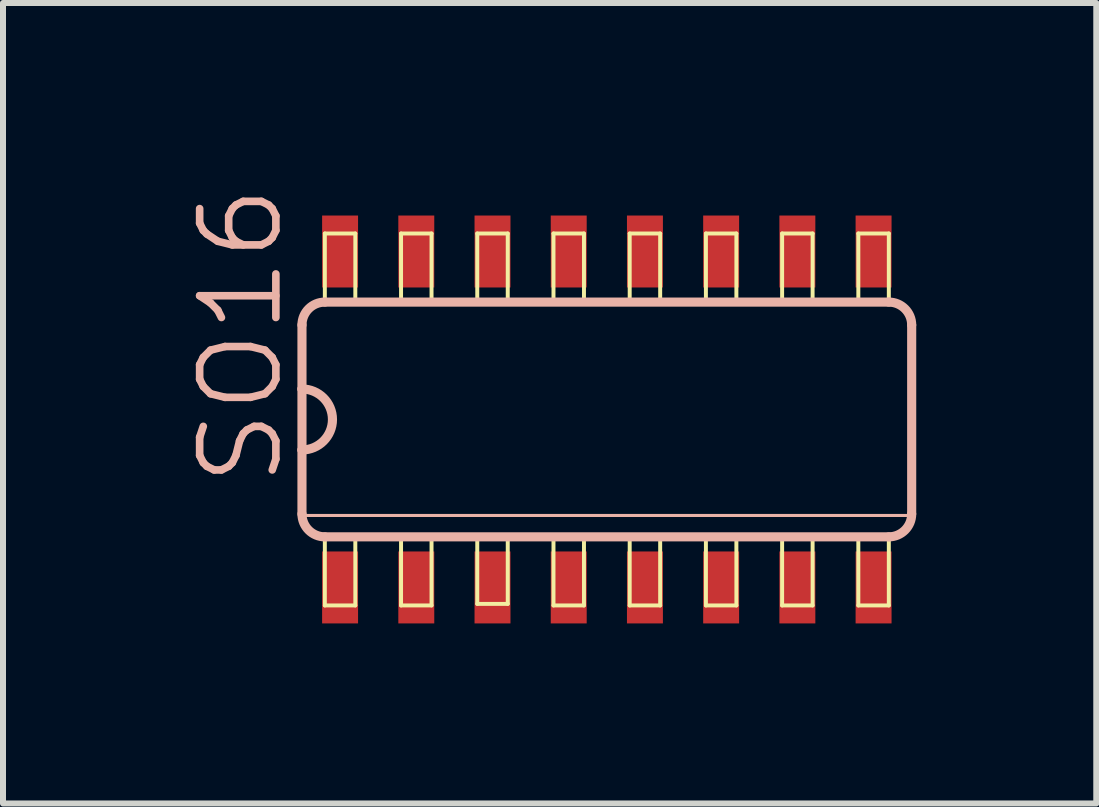
<source format=kicad_pcb>
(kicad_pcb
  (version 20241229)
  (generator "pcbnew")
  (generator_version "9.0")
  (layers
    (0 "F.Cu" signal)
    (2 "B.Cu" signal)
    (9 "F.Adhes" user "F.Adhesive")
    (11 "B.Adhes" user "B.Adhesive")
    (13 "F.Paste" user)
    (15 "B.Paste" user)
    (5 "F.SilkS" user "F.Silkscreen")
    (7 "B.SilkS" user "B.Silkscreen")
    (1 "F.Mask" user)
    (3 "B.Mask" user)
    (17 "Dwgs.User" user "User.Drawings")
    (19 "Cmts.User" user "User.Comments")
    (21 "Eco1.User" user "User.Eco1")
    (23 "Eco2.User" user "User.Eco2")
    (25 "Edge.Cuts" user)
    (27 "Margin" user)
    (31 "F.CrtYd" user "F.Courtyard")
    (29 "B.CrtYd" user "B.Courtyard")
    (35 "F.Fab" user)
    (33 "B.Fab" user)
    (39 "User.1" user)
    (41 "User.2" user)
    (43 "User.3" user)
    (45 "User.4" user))
  (footprint "SO16"
    (layer "F.Cu")
    (at 7.062 3.94)
    (property "Reference" "SO16" (at -6.096 -1.397 90) (layer "B.SilkS") (effects (font (size 1.27 1.27) (thickness 0.127))))
    (attr smd)
    (fp_line (start -4.699 -3.099) (end -4.191 -3.099) (stroke (width 0.066) (type solid)) (layer "F.SilkS"))
    (fp_line (start -4.699 -1.956) (end -4.699 -3.099) (stroke (width 0.066) (type solid)) (layer "F.SilkS"))
    (fp_line (start -4.699 -1.956) (end -4.191 -1.956) (stroke (width 0.066) (type solid)) (layer "F.SilkS"))
    (fp_line (start -4.699 1.956) (end -4.191 1.956) (stroke (width 0.066) (type solid)) (layer "F.SilkS"))
    (fp_line (start -4.699 3.099) (end -4.699 1.956) (stroke (width 0.066) (type solid)) (layer "F.SilkS"))
    (fp_line (start -4.699 3.099) (end -4.191 3.099) (stroke (width 0.066) (type solid)) (layer "F.SilkS"))
    (fp_line (start -4.191 -1.956) (end -4.191 -3.099) (stroke (width 0.066) (type solid)) (layer "F.SilkS"))
    (fp_line (start -4.191 3.099) (end -4.191 1.956) (stroke (width 0.066) (type solid)) (layer "F.SilkS"))
    (fp_line (start -3.429 -3.099) (end -2.921 -3.099) (stroke (width 0.066) (type solid)) (layer "F.SilkS"))
    (fp_line (start -3.429 -1.956) (end -3.429 -3.099) (stroke (width 0.066) (type solid)) (layer "F.SilkS"))
    (fp_line (start -3.429 -1.956) (end -2.921 -1.956) (stroke (width 0.066) (type solid)) (layer "F.SilkS"))
    (fp_line (start -3.429 1.956) (end -2.921 1.956) (stroke (width 0.066) (type solid)) (layer "F.SilkS"))
    (fp_line (start -3.429 3.099) (end -3.429 1.956) (stroke (width 0.066) (type solid)) (layer "F.SilkS"))
    (fp_line (start -3.429 3.099) (end -2.921 3.099) (stroke (width 0.066) (type solid)) (layer "F.SilkS"))
    (fp_line (start -2.921 -1.956) (end -2.921 -3.099) (stroke (width 0.066) (type solid)) (layer "F.SilkS"))
    (fp_line (start -2.921 3.099) (end -2.921 1.956) (stroke (width 0.066) (type solid)) (layer "F.SilkS"))
    (fp_line (start -2.159 -3.099) (end -1.651 -3.099) (stroke (width 0.066) (type solid)) (layer "F.SilkS"))
    (fp_line (start -2.159 -1.956) (end -2.159 -3.099) (stroke (width 0.066) (type solid)) (layer "F.SilkS"))
    (fp_line (start -2.159 -1.956) (end -1.651 -1.956) (stroke (width 0.066) (type solid)) (layer "F.SilkS"))
    (fp_line (start -2.159 1.93) (end -1.651 1.93) (stroke (width 0.066) (type solid)) (layer "F.SilkS"))
    (fp_line (start -2.159 3.073) (end -2.159 1.93) (stroke (width 0.066) (type solid)) (layer "F.SilkS"))
    (fp_line (start -2.159 3.073) (end -1.651 3.073) (stroke (width 0.066) (type solid)) (layer "F.SilkS"))
    (fp_line (start -1.651 -1.956) (end -1.651 -3.099) (stroke (width 0.066) (type solid)) (layer "F.SilkS"))
    (fp_line (start -1.651 3.073) (end -1.651 1.93) (stroke (width 0.066) (type solid)) (layer "F.SilkS"))
    (fp_line (start -0.889 -3.099) (end -0.381 -3.099) (stroke (width 0.066) (type solid)) (layer "F.SilkS"))
    (fp_line (start -0.889 -1.956) (end -0.889 -3.099) (stroke (width 0.066) (type solid)) (layer "F.SilkS"))
    (fp_line (start -0.889 -1.956) (end -0.381 -1.956) (stroke (width 0.066) (type solid)) (layer "F.SilkS"))
    (fp_line (start -0.889 1.956) (end -0.381 1.956) (stroke (width 0.066) (type solid)) (layer "F.SilkS"))
    (fp_line (start -0.889 3.099) (end -0.889 1.956) (stroke (width 0.066) (type solid)) (layer "F.SilkS"))
    (fp_line (start -0.889 3.099) (end -0.381 3.099) (stroke (width 0.066) (type solid)) (layer "F.SilkS"))
    (fp_line (start -0.381 -1.956) (end -0.381 -3.099) (stroke (width 0.066) (type solid)) (layer "F.SilkS"))
    (fp_line (start -0.381 3.099) (end -0.381 1.956) (stroke (width 0.066) (type solid)) (layer "F.SilkS"))
    (fp_line (start 0.381 -3.099) (end 0.889 -3.099) (stroke (width 0.066) (type solid)) (layer "F.SilkS"))
    (fp_line (start 0.381 -1.956) (end 0.381 -3.099) (stroke (width 0.066) (type solid)) (layer "F.SilkS"))
    (fp_line (start 0.381 -1.956) (end 0.889 -1.956) (stroke (width 0.066) (type solid)) (layer "F.SilkS"))
    (fp_line (start 0.381 1.956) (end 0.889 1.956) (stroke (width 0.066) (type solid)) (layer "F.SilkS"))
    (fp_line (start 0.381 3.099) (end 0.381 1.956) (stroke (width 0.066) (type solid)) (layer "F.SilkS"))
    (fp_line (start 0.381 3.099) (end 0.889 3.099) (stroke (width 0.066) (type solid)) (layer "F.SilkS"))
    (fp_line (start 0.889 -1.956) (end 0.889 -3.099) (stroke (width 0.066) (type solid)) (layer "F.SilkS"))
    (fp_line (start 0.889 3.099) (end 0.889 1.956) (stroke (width 0.066) (type solid)) (layer "F.SilkS"))
    (fp_line (start 1.651 -3.099) (end 2.159 -3.099) (stroke (width 0.066) (type solid)) (layer "F.SilkS"))
    (fp_line (start 1.651 -1.956) (end 1.651 -3.099) (stroke (width 0.066) (type solid)) (layer "F.SilkS"))
    (fp_line (start 1.651 -1.956) (end 2.159 -1.956) (stroke (width 0.066) (type solid)) (layer "F.SilkS"))
    (fp_line (start 1.651 1.956) (end 2.159 1.956) (stroke (width 0.066) (type solid)) (layer "F.SilkS"))
    (fp_line (start 1.651 3.099) (end 1.651 1.956) (stroke (width 0.066) (type solid)) (layer "F.SilkS"))
    (fp_line (start 1.651 3.099) (end 2.159 3.099) (stroke (width 0.066) (type solid)) (layer "F.SilkS"))
    (fp_line (start 2.159 -1.956) (end 2.159 -3.099) (stroke (width 0.066) (type solid)) (layer "F.SilkS"))
    (fp_line (start 2.159 3.099) (end 2.159 1.956) (stroke (width 0.066) (type solid)) (layer "F.SilkS"))
    (fp_line (start 2.921 -3.099) (end 3.429 -3.099) (stroke (width 0.066) (type solid)) (layer "F.SilkS"))
    (fp_line (start 2.921 -1.956) (end 2.921 -3.099) (stroke (width 0.066) (type solid)) (layer "F.SilkS"))
    (fp_line (start 2.921 -1.956) (end 3.429 -1.956) (stroke (width 0.066) (type solid)) (layer "F.SilkS"))
    (fp_line (start 2.921 1.956) (end 3.429 1.956) (stroke (width 0.066) (type solid)) (layer "F.SilkS"))
    (fp_line (start 2.921 3.099) (end 2.921 1.956) (stroke (width 0.066) (type solid)) (layer "F.SilkS"))
    (fp_line (start 2.921 3.099) (end 3.429 3.099) (stroke (width 0.066) (type solid)) (layer "F.SilkS"))
    (fp_line (start 3.429 -1.956) (end 3.429 -3.099) (stroke (width 0.066) (type solid)) (layer "F.SilkS"))
    (fp_line (start 3.429 3.099) (end 3.429 1.956) (stroke (width 0.066) (type solid)) (layer "F.SilkS"))
    (fp_line (start 4.191 -3.099) (end 4.699 -3.099) (stroke (width 0.066) (type solid)) (layer "F.SilkS"))
    (fp_line (start 4.191 -1.956) (end 4.191 -3.099) (stroke (width 0.066) (type solid)) (layer "F.SilkS"))
    (fp_line (start 4.191 -1.956) (end 4.699 -1.956) (stroke (width 0.066) (type solid)) (layer "F.SilkS"))
    (fp_line (start 4.191 1.956) (end 4.699 1.956) (stroke (width 0.066) (type solid)) (layer "F.SilkS"))
    (fp_line (start 4.191 3.099) (end 4.191 1.956) (stroke (width 0.066) (type solid)) (layer "F.SilkS"))
    (fp_line (start 4.191 3.099) (end 4.699 3.099) (stroke (width 0.066) (type solid)) (layer "F.SilkS"))
    (fp_line (start 4.699 -1.956) (end 4.699 -3.099) (stroke (width 0.066) (type solid)) (layer "F.SilkS"))
    (fp_line (start 4.699 3.099) (end 4.699 1.956) (stroke (width 0.066) (type solid)) (layer "F.SilkS"))
    (fp_line (start -5.08 -1.575) (end -5.08 -0.508) (stroke (width 0.152) (type solid)) (layer "B.SilkS"))
    (fp_line (start -5.08 -0.508) (end -5.08 0.508) (stroke (width 0.152) (type solid)) (layer "B.SilkS"))
    (fp_line (start -5.08 0.508) (end -5.08 1.575) (stroke (width 0.152) (type solid)) (layer "B.SilkS"))
    (fp_line (start -5.08 1.6) (end 5.08 1.6) (stroke (width 0.051) (type solid)) (layer "B.SilkS"))
    (fp_line (start -4.699 1.956) (end 4.699 1.956) (stroke (width 0.152) (type solid)) (layer "B.SilkS"))
    (fp_line (start 4.699 -1.956) (end -4.699 -1.956) (stroke (width 0.152) (type solid)) (layer "B.SilkS"))
    (fp_line (start 5.08 1.575) (end 5.08 -1.575) (stroke (width 0.152) (type solid)) (layer "B.SilkS"))
    (fp_arc (start -5.08 -1.5748) (mid -4.968408 -1.844208) (end -4.699 -1.9558) (stroke (width 0.1524) (type solid)) (layer "B.SilkS"))
    (fp_arc (start -5.08 -0.508) (mid -4.572 0) (end -5.08 0.508) (stroke (width 0.1524) (type solid)) (layer "B.SilkS"))
    (fp_arc (start -4.699 1.9558) (mid -4.968408 1.844208) (end -5.08 1.5748) (stroke (width 0.1524) (type solid)) (layer "B.SilkS"))
    (fp_arc (start 4.699 -1.9558) (mid 4.968408 -1.844208) (end 5.08 -1.5748) (stroke (width 0.1524) (type solid)) (layer "B.SilkS"))
    (fp_arc (start 5.08 1.5748) (mid 4.968408 1.844208) (end 4.699 1.9558) (stroke (width 0.1524) (type solid)) (layer "B.SilkS"))
    (pad "1" smd rect (at -4.445 2.799) (size 0.599 1.199) (layers "F.Cu" "F.Mask" "F.Paste"))
    (pad "2" smd rect (at -3.175 2.799) (size 0.599 1.199) (layers "F.Cu" "F.Mask" "F.Paste"))
    (pad "3" smd rect (at -1.905 2.799) (size 0.599 1.199) (layers "F.Cu" "F.Mask" "F.Paste"))
    (pad "4" smd rect (at -0.635 2.799) (size 0.599 1.199) (layers "F.Cu" "F.Mask" "F.Paste"))
    (pad "5" smd rect (at 0.635 2.799) (size 0.599 1.199) (layers "F.Cu" "F.Mask" "F.Paste"))
    (pad "6" smd rect (at 1.905 2.799) (size 0.599 1.199) (layers "F.Cu" "F.Mask" "F.Paste"))
    (pad "7" smd rect (at 3.175 2.799) (size 0.599 1.199) (layers "F.Cu" "F.Mask" "F.Paste"))
    (pad "8" smd rect (at 4.445 2.799) (size 0.599 1.199) (layers "F.Cu" "F.Mask" "F.Paste"))
    (pad "9" smd rect (at 4.445 -2.799) (size 0.599 1.199) (layers "F.Cu" "F.Mask" "F.Paste"))
    (pad "10" smd rect (at 3.175 -2.799) (size 0.599 1.199) (layers "F.Cu" "F.Mask" "F.Paste"))
    (pad "11" smd rect (at 1.905 -2.799) (size 0.599 1.199) (layers "F.Cu" "F.Mask" "F.Paste"))
    (pad "12" smd rect (at 0.635 -2.799) (size 0.599 1.199) (layers "F.Cu" "F.Mask" "F.Paste"))
    (pad "13" smd rect (at -0.635 -2.799) (size 0.599 1.199) (layers "F.Cu" "F.Mask" "F.Paste"))
    (pad "14" smd rect (at -1.905 -2.799) (size 0.599 1.199) (layers "F.Cu" "F.Mask" "F.Paste"))
    (pad "15" smd rect (at -3.175 -2.799) (size 0.599 1.199) (layers "F.Cu" "F.Mask" "F.Paste"))
    (pad "16" smd rect (at -4.445 -2.799) (size 0.599 1.199) (layers "F.Cu" "F.Mask" "F.Paste")))
  (gr_rect
    (start -3 -3)
    (end 15.218 10.339)
    (stroke (width 0.1) (type default))
    (fill no)
    (layer "Edge.Cuts")))
</source>
